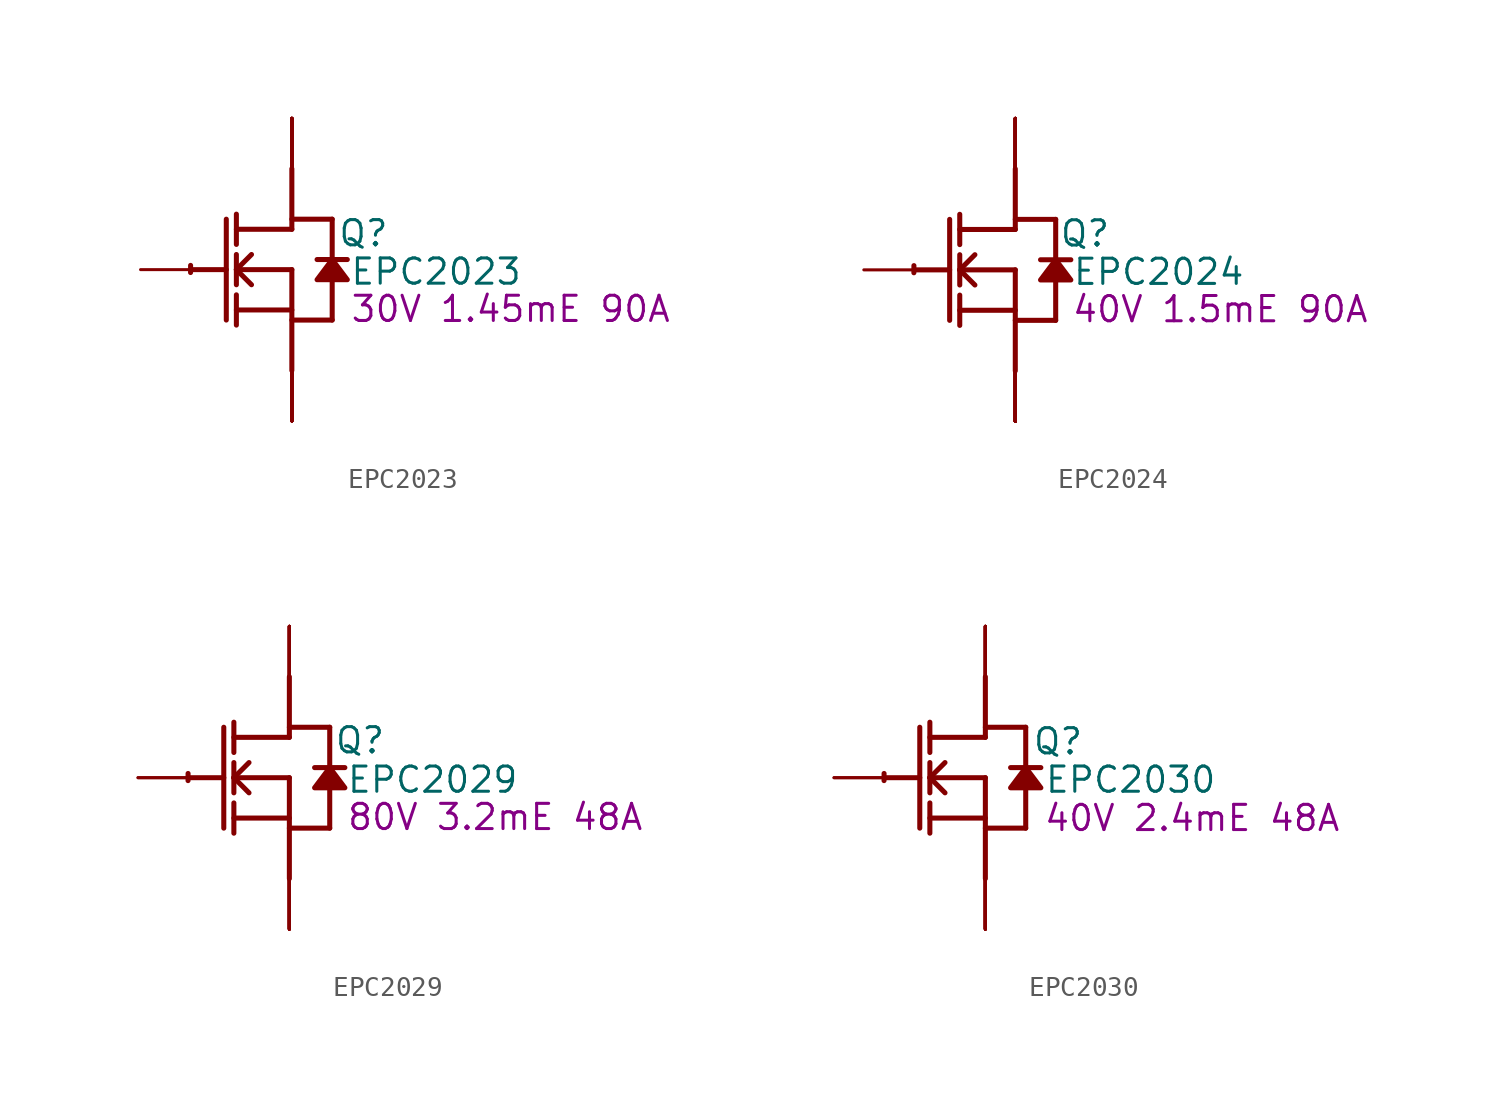
<source format=kicad_sym>
(kicad_symbol_lib
  (version 20220914)
  (generator kicad_symbol_editor)
  (symbol "EPC2023"
    (property "Reference" "Q"
      (at 3.607 1.829 0)
      (effects (font (size 1.27 1.27))))
    (property "Value" "EPC2023"
      (at 7.264 -0.102 0)
      (effects (font (size 1.27 1.27))))
    (property "Description" "30V 1.45mE 90A"
      (at 11.024 -1.981 0)
      (effects (font (size 1.27 1.27))))
    (symbol "EPC2023_1_0"
      (arc (start -5.0996 0.2128) (mid -5.1039 0.0331) (end -5.1019 -0.1467) (stroke (width 0.254) (type solid)) (fill (type none)))
      (polyline (pts (xy -5.08 0) (xy -3.302 0)) (stroke (width 0.254) (type solid)) (fill (type none)))
      (polyline (pts (xy -3.302 2.54) (xy -3.302 -2.54)) (stroke (width 0.254) (type solid)) (fill (type none)))
      (polyline (pts (xy -2.794 -2.794) (xy -2.794 -1.27)) (stroke (width 0.254) (type solid)) (fill (type none)))
      (polyline (pts (xy -2.794 -2.032) (xy 0 -2.032)) (stroke (width 0.254) (type solid)) (fill (type none)))
      (polyline (pts (xy -2.794 -0.762) (xy -2.794 0.762)) (stroke (width 0.254) (type solid)) (fill (type none)))
      (polyline (pts (xy -2.794 0) (xy -2.032 0.762)) (stroke (width 0.254) (type solid)) (fill (type none)))
      (polyline (pts (xy -2.794 0) (xy 0 0)) (stroke (width 0.254) (type solid)) (fill (type none)))
      (polyline (pts (xy -2.794 1.27) (xy -2.794 2.794)) (stroke (width 0.254) (type solid)) (fill (type none)))
      (polyline (pts (xy -2.032 -0.762) (xy -2.794 0)) (stroke (width 0.254) (type solid)) (fill (type none)))
      (polyline (pts (xy 0 -2.54) (xy 2.032 -2.54)) (stroke (width 0.254) (type solid)) (fill (type none)))
      (polyline (pts (xy 0 0) (xy 0 -5.08)) (stroke (width 0.254) (type solid)) (fill (type none)))
      (polyline (pts (xy 0 2.032) (xy -2.794 2.032)) (stroke (width 0.254) (type solid)) (fill (type none)))
      (polyline (pts (xy 0 2.032) (xy 0 5.08)) (stroke (width 0.254) (type solid)) (fill (type none)))
      (polyline (pts (xy 0 2.54) (xy 2.032 2.54)) (stroke (width 0.254) (type solid)) (fill (type none)))
      (polyline (pts (xy 2.032 -0.508) (xy 2.032 -2.54)) (stroke (width 0.254) (type solid)) (fill (type none)))
      (polyline (pts (xy 2.032 2.54) (xy 2.032 0.508)) (stroke (width 0.254) (type solid)) (fill (type none)))
      (polyline (pts (xy 2.794 0.508) (xy 1.27 0.508)) (stroke (width 0.254) (type solid)) (fill (type none)))
      (polyline (pts (xy 2.032 0.508) (xy 1.27 -0.508) (xy 2.794 -0.508) (xy 2.032 0.508)) (stroke (width 0.254) (type solid)) (fill (type outline)))
      (pin passive line (at -7.62 0 0) (length 2.54) (name "G" (effects (font (size 0 0)))) (number "1" (effects (font (size 0 0)))))
      (pin open_emitter line (at 0 -7.62 90) (length 2.54) (name "S5" (effects (font (size 0 0)))) (number "10" (effects (font (size 0 0)))))
      (pin open_collector line (at 0 7.62 270) (length 2.54) (name "D5" (effects (font (size 0 0)))) (number "11" (effects (font (size 0 0)))))
      (pin open_collector line (at 0 7.62 270) (length 2.54) (name "D6" (effects (font (size 0 0)))) (number "12" (effects (font (size 0 0)))))
      (pin open_emitter line (at 0 -7.62 90) (length 2.54) (name "S6" (effects (font (size 0 0)))) (number "13" (effects (font (size 0 0)))))
      (pin open_emitter line (at 0 -7.62 90) (length 2.54) (name "S7" (effects (font (size 0 0)))) (number "14" (effects (font (size 0 0)))))
      (pin open_collector line (at 0 7.62 270) (length 2.54) (name "D7" (effects (font (size 0 0)))) (number "15" (effects (font (size 0 0)))))
      (pin open_collector line (at 0 7.62 270) (length 2.54) (name "D8" (effects (font (size 0 0)))) (number "16" (effects (font (size 0 0)))))
      (pin open_emitter line (at 0 -7.62 90) (length 2.54) (name "S8" (effects (font (size 0 0)))) (number "17" (effects (font (size 0 0)))))
      (pin open_emitter line (at 0 -7.62 90) (length 2.54) (name "S9" (effects (font (size 0 0)))) (number "18" (effects (font (size 0 0)))))
      (pin open_collector line (at 0 7.62 270) (length 2.54) (name "D9" (effects (font (size 0 0)))) (number "19" (effects (font (size 0 0)))))
      (pin open_emitter line (at 0 -7.62 90) (length 2.54) (name "S1" (effects (font (size 0 0)))) (number "2" (effects (font (size 0 0)))))
      (pin open_collector line (at 0 7.62 270) (length 2.54) (name "D10" (effects (font (size 0 0)))) (number "20" (effects (font (size 0 0)))))
      (pin open_emitter line (at 0 -7.62 90) (length 2.54) (name "S10" (effects (font (size 0 0)))) (number "21" (effects (font (size 0 0)))))
      (pin open_emitter line (at 0 -7.62 90) (length 2.54) (name "S11" (effects (font (size 0 0)))) (number "22" (effects (font (size 0 0)))))
      (pin open_collector line (at 0 7.62 270) (length 2.54) (name "D11" (effects (font (size 0 0)))) (number "23" (effects (font (size 0 0)))))
      (pin open_collector line (at 0 7.62 270) (length 2.54) (name "D12" (effects (font (size 0 0)))) (number "24" (effects (font (size 0 0)))))
      (pin open_emitter line (at 0 -7.62 90) (length 2.54) (name "S12" (effects (font (size 0 0)))) (number "25" (effects (font (size 0 0)))))
      (pin open_emitter line (at 0 -7.62 90) (length 2.54) (name "S13" (effects (font (size 0 0)))) (number "26" (effects (font (size 0 0)))))
      (pin open_collector line (at 0 7.62 270) (length 2.54) (name "D13" (effects (font (size 0 0)))) (number "27" (effects (font (size 0 0)))))
      (pin open_collector line (at 0 7.62 270) (length 2.54) (name "D14" (effects (font (size 0 0)))) (number "28" (effects (font (size 0 0)))))
      (pin open_emitter line (at 0 -7.62 90) (length 2.54) (name "S14" (effects (font (size 0 0)))) (number "29" (effects (font (size 0 0)))))
      (pin open_collector line (at 0 7.62 270) (length 2.54) (name "D1" (effects (font (size 0 0)))) (number "3" (effects (font (size 0 0)))))
      (pin open_emitter line (at 0 -7.62 90) (length 2.54) (name "Sub" (effects (font (size 0 0)))) (number "30" (effects (font (size 0 0)))))
      (pin open_collector line (at 0 7.62 270) (length 2.54) (name "D2" (effects (font (size 0 0)))) (number "4" (effects (font (size 0 0)))))
      (pin open_emitter line (at 0 -7.62 90) (length 2.54) (name "S2" (effects (font (size 0 0)))) (number "5" (effects (font (size 0 0)))))
      (pin open_emitter line (at 0 -7.62 90) (length 2.54) (name "S3" (effects (font (size 0 0)))) (number "6" (effects (font (size 0 0)))))
      (pin open_collector line (at 0 7.62 270) (length 2.54) (name "D3" (effects (font (size 0 0)))) (number "7" (effects (font (size 0 0)))))
      (pin open_collector line (at 0 7.62 270) (length 2.54) (name "D4" (effects (font (size 0 0)))) (number "8" (effects (font (size 0 0)))))
      (pin open_emitter line (at 0 -7.62 90) (length 2.54) (name "S4" (effects (font (size 0 0)))) (number "9" (effects (font (size 0 0)))))))
  (symbol "EPC2024"
    (property "Reference" "Q"
      (at 3.505 1.829 0)
      (effects (font (size 1.27 1.27))))
    (property "Value" "EPC2024"
      (at 7.214 -0.102 0)
      (effects (font (size 1.27 1.27))))
    (property "Description" "40V 1.5mE 90A"
      (at 10.312 -1.981 0)
      (effects (font (size 1.27 1.27))))
    (symbol "EPC2024_1_0"
      (arc (start -5.0996 0.2128) (mid -5.1039 0.0331) (end -5.1019 -0.1467) (stroke (width 0.254) (type solid)) (fill (type none)))
      (polyline (pts (xy -5.08 0) (xy -3.302 0)) (stroke (width 0.254) (type solid)) (fill (type none)))
      (polyline (pts (xy -3.302 2.54) (xy -3.302 -2.54)) (stroke (width 0.254) (type solid)) (fill (type none)))
      (polyline (pts (xy -2.794 -2.794) (xy -2.794 -1.27)) (stroke (width 0.254) (type solid)) (fill (type none)))
      (polyline (pts (xy -2.794 -2.032) (xy 0 -2.032)) (stroke (width 0.254) (type solid)) (fill (type none)))
      (polyline (pts (xy -2.794 -0.762) (xy -2.794 0.762)) (stroke (width 0.254) (type solid)) (fill (type none)))
      (polyline (pts (xy -2.794 0) (xy -2.032 0.762)) (stroke (width 0.254) (type solid)) (fill (type none)))
      (polyline (pts (xy -2.794 0) (xy 0 0)) (stroke (width 0.254) (type solid)) (fill (type none)))
      (polyline (pts (xy -2.794 1.27) (xy -2.794 2.794)) (stroke (width 0.254) (type solid)) (fill (type none)))
      (polyline (pts (xy -2.032 -0.762) (xy -2.794 0)) (stroke (width 0.254) (type solid)) (fill (type none)))
      (polyline (pts (xy 0 -2.54) (xy 2.032 -2.54)) (stroke (width 0.254) (type solid)) (fill (type none)))
      (polyline (pts (xy 0 0) (xy 0 -5.08)) (stroke (width 0.254) (type solid)) (fill (type none)))
      (polyline (pts (xy 0 2.032) (xy -2.794 2.032)) (stroke (width 0.254) (type solid)) (fill (type none)))
      (polyline (pts (xy 0 2.032) (xy 0 5.08)) (stroke (width 0.254) (type solid)) (fill (type none)))
      (polyline (pts (xy 0 2.54) (xy 2.032 2.54)) (stroke (width 0.254) (type solid)) (fill (type none)))
      (polyline (pts (xy 2.032 -0.508) (xy 2.032 -2.54)) (stroke (width 0.254) (type solid)) (fill (type none)))
      (polyline (pts (xy 2.032 2.54) (xy 2.032 0.508)) (stroke (width 0.254) (type solid)) (fill (type none)))
      (polyline (pts (xy 2.794 0.508) (xy 1.27 0.508)) (stroke (width 0.254) (type solid)) (fill (type none)))
      (polyline (pts (xy 2.032 0.508) (xy 1.27 -0.508) (xy 2.794 -0.508) (xy 2.032 0.508)) (stroke (width 0.254) (type solid)) (fill (type outline)))
      (pin passive line (at -7.62 0 0) (length 2.54) (name "G" (effects (font (size 0 0)))) (number "1" (effects (font (size 0 0)))))
      (pin open_emitter line (at 0 -7.62 90) (length 2.54) (name "S5" (effects (font (size 0 0)))) (number "10" (effects (font (size 0 0)))))
      (pin open_collector line (at 0 7.62 270) (length 2.54) (name "D5" (effects (font (size 0 0)))) (number "11" (effects (font (size 0 0)))))
      (pin open_collector line (at 0 7.62 270) (length 2.54) (name "D6" (effects (font (size 0 0)))) (number "12" (effects (font (size 0 0)))))
      (pin open_emitter line (at 0 -7.62 90) (length 2.54) (name "S6" (effects (font (size 0 0)))) (number "13" (effects (font (size 0 0)))))
      (pin open_emitter line (at 0 -7.62 90) (length 2.54) (name "S7" (effects (font (size 0 0)))) (number "14" (effects (font (size 0 0)))))
      (pin open_collector line (at 0 7.62 270) (length 2.54) (name "D7" (effects (font (size 0 0)))) (number "15" (effects (font (size 0 0)))))
      (pin open_collector line (at 0 7.62 270) (length 2.54) (name "D8" (effects (font (size 0 0)))) (number "16" (effects (font (size 0 0)))))
      (pin open_emitter line (at 0 -7.62 90) (length 2.54) (name "S8" (effects (font (size 0 0)))) (number "17" (effects (font (size 0 0)))))
      (pin open_emitter line (at 0 -7.62 90) (length 2.54) (name "S9" (effects (font (size 0 0)))) (number "18" (effects (font (size 0 0)))))
      (pin open_collector line (at 0 7.62 270) (length 2.54) (name "D9" (effects (font (size 0 0)))) (number "19" (effects (font (size 0 0)))))
      (pin open_emitter line (at 0 -7.62 90) (length 2.54) (name "S1" (effects (font (size 0 0)))) (number "2" (effects (font (size 0 0)))))
      (pin open_collector line (at 0 7.62 270) (length 2.54) (name "D10" (effects (font (size 0 0)))) (number "20" (effects (font (size 0 0)))))
      (pin open_emitter line (at 0 -7.62 90) (length 2.54) (name "S10" (effects (font (size 0 0)))) (number "21" (effects (font (size 0 0)))))
      (pin open_emitter line (at 0 -7.62 90) (length 2.54) (name "S11" (effects (font (size 0 0)))) (number "22" (effects (font (size 0 0)))))
      (pin open_collector line (at 0 7.62 270) (length 2.54) (name "D11" (effects (font (size 0 0)))) (number "23" (effects (font (size 0 0)))))
      (pin open_collector line (at 0 7.62 270) (length 2.54) (name "D12" (effects (font (size 0 0)))) (number "24" (effects (font (size 0 0)))))
      (pin open_emitter line (at 0 -7.62 90) (length 2.54) (name "S12" (effects (font (size 0 0)))) (number "25" (effects (font (size 0 0)))))
      (pin open_emitter line (at 0 -7.62 90) (length 2.54) (name "S13" (effects (font (size 0 0)))) (number "26" (effects (font (size 0 0)))))
      (pin open_collector line (at 0 7.62 270) (length 2.54) (name "D13" (effects (font (size 0 0)))) (number "27" (effects (font (size 0 0)))))
      (pin open_collector line (at 0 7.62 270) (length 2.54) (name "D14" (effects (font (size 0 0)))) (number "28" (effects (font (size 0 0)))))
      (pin open_emitter line (at 0 -7.62 90) (length 2.54) (name "S14" (effects (font (size 0 0)))) (number "29" (effects (font (size 0 0)))))
      (pin open_collector line (at 0 7.62 270) (length 2.54) (name "D1" (effects (font (size 0 0)))) (number "3" (effects (font (size 0 0)))))
      (pin open_emitter line (at 0 -7.62 90) (length 2.54) (name "Sub" (effects (font (size 0 0)))) (number "30" (effects (font (size 0 0)))))
      (pin open_collector line (at 0 7.62 270) (length 2.54) (name "D2" (effects (font (size 0 0)))) (number "4" (effects (font (size 0 0)))))
      (pin open_emitter line (at 0 -7.62 90) (length 2.54) (name "S2" (effects (font (size 0 0)))) (number "5" (effects (font (size 0 0)))))
      (pin open_emitter line (at 0 -7.62 90) (length 2.54) (name "S3" (effects (font (size 0 0)))) (number "6" (effects (font (size 0 0)))))
      (pin open_collector line (at 0 7.62 270) (length 2.54) (name "D3" (effects (font (size 0 0)))) (number "7" (effects (font (size 0 0)))))
      (pin open_collector line (at 0 7.62 270) (length 2.54) (name "D4" (effects (font (size 0 0)))) (number "8" (effects (font (size 0 0)))))
      (pin open_emitter line (at 0 -7.62 90) (length 2.54) (name "S4" (effects (font (size 0 0)))) (number "9" (effects (font (size 0 0)))))))
  (symbol "EPC2029"
    (property "Reference" "Q"
      (at 3.556 1.88 0)
      (effects (font (size 1.27 1.27))))
    (property "Value" "EPC2029"
      (at 7.214 -0.102 0)
      (effects (font (size 1.27 1.27))))
    (property "Description" "80V 3.2mE 48A"
      (at 10.363 -1.981 0)
      (effects (font (size 1.27 1.27))))
    (symbol "EPC2029_1_0"
      (arc (start -5.0996 0.2128) (mid -5.1039 0.0331) (end -5.1019 -0.1467) (stroke (width 0.254) (type solid)) (fill (type none)))
      (polyline (pts (xy -5.08 0) (xy -3.302 0)) (stroke (width 0.254) (type solid)) (fill (type none)))
      (polyline (pts (xy -3.302 2.54) (xy -3.302 -2.54)) (stroke (width 0.254) (type solid)) (fill (type none)))
      (polyline (pts (xy -2.794 -2.794) (xy -2.794 -1.27)) (stroke (width 0.254) (type solid)) (fill (type none)))
      (polyline (pts (xy -2.794 -2.032) (xy 0 -2.032)) (stroke (width 0.254) (type solid)) (fill (type none)))
      (polyline (pts (xy -2.794 -0.762) (xy -2.794 0.762)) (stroke (width 0.254) (type solid)) (fill (type none)))
      (polyline (pts (xy -2.794 0) (xy -2.032 0.762)) (stroke (width 0.254) (type solid)) (fill (type none)))
      (polyline (pts (xy -2.794 0) (xy 0 0)) (stroke (width 0.254) (type solid)) (fill (type none)))
      (polyline (pts (xy -2.794 1.27) (xy -2.794 2.794)) (stroke (width 0.254) (type solid)) (fill (type none)))
      (polyline (pts (xy -2.032 -0.762) (xy -2.794 0)) (stroke (width 0.254) (type solid)) (fill (type none)))
      (polyline (pts (xy 0 -2.54) (xy 2.032 -2.54)) (stroke (width 0.254) (type solid)) (fill (type none)))
      (polyline (pts (xy 0 0) (xy 0 -5.08)) (stroke (width 0.254) (type solid)) (fill (type none)))
      (polyline (pts (xy 0 2.032) (xy -2.794 2.032)) (stroke (width 0.254) (type solid)) (fill (type none)))
      (polyline (pts (xy 0 2.032) (xy 0 5.08)) (stroke (width 0.254) (type solid)) (fill (type none)))
      (polyline (pts (xy 0 2.54) (xy 2.032 2.54)) (stroke (width 0.254) (type solid)) (fill (type none)))
      (polyline (pts (xy 2.032 -0.508) (xy 2.032 -2.54)) (stroke (width 0.254) (type solid)) (fill (type none)))
      (polyline (pts (xy 2.032 2.54) (xy 2.032 0.508)) (stroke (width 0.254) (type solid)) (fill (type none)))
      (polyline (pts (xy 2.794 0.508) (xy 1.27 0.508)) (stroke (width 0.254) (type solid)) (fill (type none)))
      (polyline (pts (xy 2.032 0.508) (xy 1.27 -0.508) (xy 2.794 -0.508) (xy 2.032 0.508)) (stroke (width 0.254) (type solid)) (fill (type outline)))
      (pin passive line (at -7.62 0 0) (length 2.54) (name "G" (effects (font (size 0 0)))) (number "1" (effects (font (size 0 0)))))
      (pin open_emitter line (at 0 -7.62 90) (length 2.54) (name "S3" (effects (font (size 0 0)))) (number "10" (effects (font (size 0 0)))))
      (pin open_emitter line (at 0 -7.62 90) (length 2.54) (name "S4" (effects (font (size 0 0)))) (number "11" (effects (font (size 0 0)))))
      (pin open_emitter line (at 0 -7.62 90) (length 2.54) (name "Sub" (effects (font (size 0 0)))) (number "12" (effects (font (size 0 0)))))
      (pin open_emitter line (at 0 -7.62 90) (length 2.54) (name "S5" (effects (font (size 0 0)))) (number "13" (effects (font (size 0 0)))))
      (pin open_emitter line (at 0 -7.62 90) (length 2.54) (name "S6" (effects (font (size 0 0)))) (number "14" (effects (font (size 0 0)))))
      (pin open_collector line (at 0 7.62 270) (length 2.54) (name "D6" (effects (font (size 0 0)))) (number "15" (effects (font (size 0 0)))))
      (pin open_collector line (at 0 7.62 270) (length 2.54) (name "D7" (effects (font (size 0 0)))) (number "16" (effects (font (size 0 0)))))
      (pin open_collector line (at 0 7.62 270) (length 2.54) (name "D8" (effects (font (size 0 0)))) (number "17" (effects (font (size 0 0)))))
      (pin open_collector line (at 0 7.62 270) (length 2.54) (name "D9" (effects (font (size 0 0)))) (number "18" (effects (font (size 0 0)))))
      (pin open_collector line (at 0 7.62 270) (length 2.54) (name "D10" (effects (font (size 0 0)))) (number "19" (effects (font (size 0 0)))))
      (pin passive line (at -7.62 0 0) (length 2.54) (name "G" (effects (font (size 0 0)))) (number "2" (effects (font (size 0 0)))))
      (pin open_emitter line (at 0 -7.62 90) (length 2.54) (name "S7" (effects (font (size 0 0)))) (number "20" (effects (font (size 0 0)))))
      (pin open_emitter line (at 0 -7.62 90) (length 2.54) (name "S8" (effects (font (size 0 0)))) (number "21" (effects (font (size 0 0)))))
      (pin open_emitter line (at 0 -7.62 90) (length 2.54) (name "S9" (effects (font (size 0 0)))) (number "22" (effects (font (size 0 0)))))
      (pin open_emitter line (at 0 -7.62 90) (length 2.54) (name "S10" (effects (font (size 0 0)))) (number "23" (effects (font (size 0 0)))))
      (pin open_emitter line (at 0 -7.62 90) (length 2.54) (name "S11" (effects (font (size 0 0)))) (number "24" (effects (font (size 0 0)))))
      (pin open_emitter line (at 0 -7.62 90) (length 2.54) (name "S1" (effects (font (size 0 0)))) (number "3" (effects (font (size 0 0)))))
      (pin open_emitter line (at 0 -7.62 90) (length 2.54) (name "S2" (effects (font (size 0 0)))) (number "4" (effects (font (size 0 0)))))
      (pin open_collector line (at 0 7.62 270) (length 2.54) (name "D1" (effects (font (size 0 0)))) (number "5" (effects (font (size 0 0)))))
      (pin open_collector line (at 0 7.62 270) (length 2.54) (name "D2" (effects (font (size 0 0)))) (number "6" (effects (font (size 0 0)))))
      (pin open_collector line (at 0 7.62 270) (length 2.54) (name "D3" (effects (font (size 0 0)))) (number "7" (effects (font (size 0 0)))))
      (pin open_collector line (at 0 7.62 270) (length 2.54) (name "D4" (effects (font (size 0 0)))) (number "8" (effects (font (size 0 0)))))
      (pin open_collector line (at 0 7.62 270) (length 2.54) (name "D5" (effects (font (size 0 0)))) (number "9" (effects (font (size 0 0)))))))
  (symbol "EPC2030"
    (property "Reference" "Q"
      (at 3.658 1.829 0)
      (effects (font (size 1.27 1.27))))
    (property "Value" "EPC2030"
      (at 7.315 -0.102 0)
      (effects (font (size 1.27 1.27))))
    (property "Description" "40V 2.4mE 48A"
      (at 10.414 -2.032 0)
      (effects (font (size 1.27 1.27))))
    (symbol "EPC2030_1_0"
      (arc (start -5.0996 0.2128) (mid -5.1039 0.0331) (end -5.1019 -0.1467) (stroke (width 0.254) (type solid)) (fill (type none)))
      (polyline (pts (xy -5.08 0) (xy -3.302 0)) (stroke (width 0.254) (type solid)) (fill (type none)))
      (polyline (pts (xy -3.302 2.54) (xy -3.302 -2.54)) (stroke (width 0.254) (type solid)) (fill (type none)))
      (polyline (pts (xy -2.794 -2.794) (xy -2.794 -1.27)) (stroke (width 0.254) (type solid)) (fill (type none)))
      (polyline (pts (xy -2.794 -2.032) (xy 0 -2.032)) (stroke (width 0.254) (type solid)) (fill (type none)))
      (polyline (pts (xy -2.794 -0.762) (xy -2.794 0.762)) (stroke (width 0.254) (type solid)) (fill (type none)))
      (polyline (pts (xy -2.794 0) (xy -2.032 0.762)) (stroke (width 0.254) (type solid)) (fill (type none)))
      (polyline (pts (xy -2.794 0) (xy 0 0)) (stroke (width 0.254) (type solid)) (fill (type none)))
      (polyline (pts (xy -2.794 1.27) (xy -2.794 2.794)) (stroke (width 0.254) (type solid)) (fill (type none)))
      (polyline (pts (xy -2.032 -0.762) (xy -2.794 0)) (stroke (width 0.254) (type solid)) (fill (type none)))
      (polyline (pts (xy 0 -2.54) (xy 2.032 -2.54)) (stroke (width 0.254) (type solid)) (fill (type none)))
      (polyline (pts (xy 0 0) (xy 0 -5.08)) (stroke (width 0.254) (type solid)) (fill (type none)))
      (polyline (pts (xy 0 2.032) (xy -2.794 2.032)) (stroke (width 0.254) (type solid)) (fill (type none)))
      (polyline (pts (xy 0 2.032) (xy 0 5.08)) (stroke (width 0.254) (type solid)) (fill (type none)))
      (polyline (pts (xy 0 2.54) (xy 2.032 2.54)) (stroke (width 0.254) (type solid)) (fill (type none)))
      (polyline (pts (xy 2.032 -0.508) (xy 2.032 -2.54)) (stroke (width 0.254) (type solid)) (fill (type none)))
      (polyline (pts (xy 2.032 2.54) (xy 2.032 0.508)) (stroke (width 0.254) (type solid)) (fill (type none)))
      (polyline (pts (xy 2.794 0.508) (xy 1.27 0.508)) (stroke (width 0.254) (type solid)) (fill (type none)))
      (polyline (pts (xy 2.032 0.508) (xy 1.27 -0.508) (xy 2.794 -0.508) (xy 2.032 0.508)) (stroke (width 0.254) (type solid)) (fill (type outline)))
      (pin passive line (at -7.62 0 0) (length 2.54) (name "G" (effects (font (size 0 0)))) (number "1" (effects (font (size 0 0)))))
      (pin open_emitter line (at 0 -7.62 90) (length 2.54) (name "S3" (effects (font (size 0 0)))) (number "10" (effects (font (size 0 0)))))
      (pin open_emitter line (at 0 -7.62 90) (length 2.54) (name "S4" (effects (font (size 0 0)))) (number "11" (effects (font (size 0 0)))))
      (pin open_emitter line (at 0 -7.62 90) (length 2.54) (name "Sub" (effects (font (size 0 0)))) (number "12" (effects (font (size 0 0)))))
      (pin open_emitter line (at 0 -7.62 90) (length 2.54) (name "S5" (effects (font (size 0 0)))) (number "13" (effects (font (size 0 0)))))
      (pin open_emitter line (at 0 -7.62 90) (length 2.54) (name "S6" (effects (font (size 0 0)))) (number "14" (effects (font (size 0 0)))))
      (pin open_collector line (at 0 7.62 270) (length 2.54) (name "D6" (effects (font (size 0 0)))) (number "15" (effects (font (size 0 0)))))
      (pin open_collector line (at 0 7.62 270) (length 2.54) (name "D7" (effects (font (size 0 0)))) (number "16" (effects (font (size 0 0)))))
      (pin open_collector line (at 0 7.62 270) (length 2.54) (name "D8" (effects (font (size 0 0)))) (number "17" (effects (font (size 0 0)))))
      (pin open_collector line (at 0 7.62 270) (length 2.54) (name "D9" (effects (font (size 0 0)))) (number "18" (effects (font (size 0 0)))))
      (pin open_collector line (at 0 7.62 270) (length 2.54) (name "D10" (effects (font (size 0 0)))) (number "19" (effects (font (size 0 0)))))
      (pin passive line (at -7.62 0 0) (length 2.54) (name "G" (effects (font (size 0 0)))) (number "2" (effects (font (size 0 0)))))
      (pin open_emitter line (at 0 -7.62 90) (length 2.54) (name "S7" (effects (font (size 0 0)))) (number "20" (effects (font (size 0 0)))))
      (pin open_emitter line (at 0 -7.62 90) (length 2.54) (name "S8" (effects (font (size 0 0)))) (number "21" (effects (font (size 0 0)))))
      (pin open_emitter line (at 0 -7.62 90) (length 2.54) (name "S9" (effects (font (size 0 0)))) (number "22" (effects (font (size 0 0)))))
      (pin open_emitter line (at 0 -7.62 90) (length 2.54) (name "S10" (effects (font (size 0 0)))) (number "23" (effects (font (size 0 0)))))
      (pin open_emitter line (at 0 -7.62 90) (length 2.54) (name "S11" (effects (font (size 0 0)))) (number "24" (effects (font (size 0 0)))))
      (pin open_emitter line (at 0 -7.62 90) (length 2.54) (name "S1" (effects (font (size 0 0)))) (number "3" (effects (font (size 0 0)))))
      (pin open_emitter line (at 0 -7.62 90) (length 2.54) (name "S2" (effects (font (size 0 0)))) (number "4" (effects (font (size 0 0)))))
      (pin open_collector line (at 0 7.62 270) (length 2.54) (name "D1" (effects (font (size 0 0)))) (number "5" (effects (font (size 0 0)))))
      (pin open_collector line (at 0 7.62 270) (length 2.54) (name "D2" (effects (font (size 0 0)))) (number "6" (effects (font (size 0 0)))))
      (pin open_collector line (at 0 7.62 270) (length 2.54) (name "D3" (effects (font (size 0 0)))) (number "7" (effects (font (size 0 0)))))
      (pin open_collector line (at 0 7.62 270) (length 2.54) (name "D4" (effects (font (size 0 0)))) (number "8" (effects (font (size 0 0)))))
      (pin open_collector line (at 0 7.62 270) (length 2.54) (name "D5" (effects (font (size 0 0)))) (number "9" (effects (font (size 0 0))))))))
</source>
